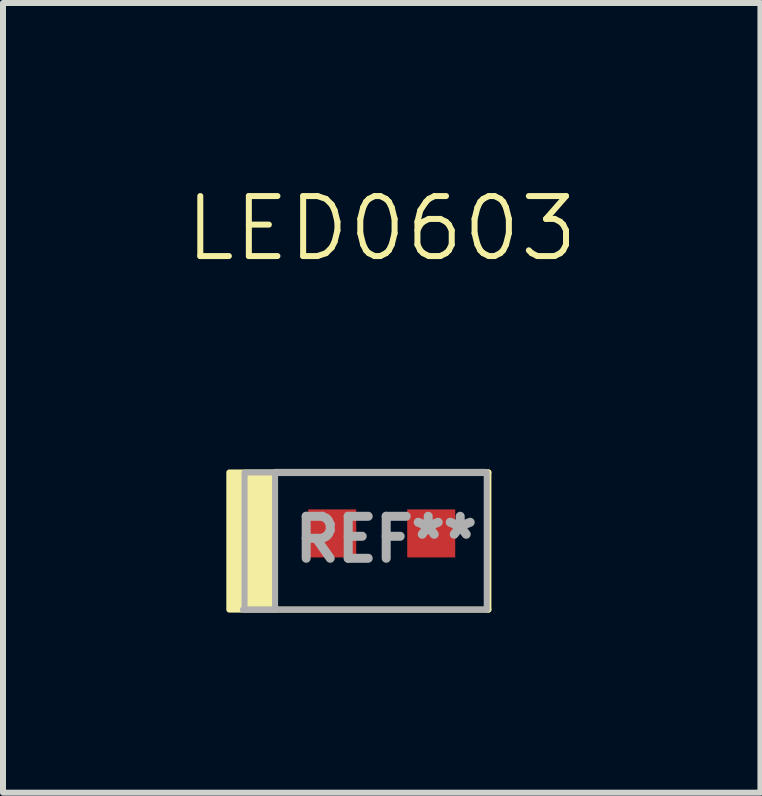
<source format=kicad_pcb>
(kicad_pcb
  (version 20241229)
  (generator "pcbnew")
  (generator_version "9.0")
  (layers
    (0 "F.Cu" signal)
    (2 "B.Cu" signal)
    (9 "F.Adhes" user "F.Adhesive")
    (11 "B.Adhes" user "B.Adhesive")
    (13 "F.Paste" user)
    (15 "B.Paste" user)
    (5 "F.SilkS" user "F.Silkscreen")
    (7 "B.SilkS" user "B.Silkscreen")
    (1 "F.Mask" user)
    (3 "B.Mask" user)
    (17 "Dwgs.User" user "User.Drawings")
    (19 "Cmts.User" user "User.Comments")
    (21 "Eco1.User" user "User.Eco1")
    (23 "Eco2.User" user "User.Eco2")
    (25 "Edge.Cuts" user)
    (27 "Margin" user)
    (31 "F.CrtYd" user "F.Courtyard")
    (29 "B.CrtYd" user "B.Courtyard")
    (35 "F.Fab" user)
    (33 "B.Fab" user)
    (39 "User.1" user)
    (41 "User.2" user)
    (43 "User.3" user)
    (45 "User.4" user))
  (footprint "LED0603"
    (layer "F.Cu")
    (at 3.312 5.84)
    (property "Reference" "LED0603" (at 0 -5.08 0) (unlocked yes) (layer "F.SilkS") (effects (font (size 1 1) (thickness 0.1))))
    (attr smd)
    (fp_line (start -1.778 -1.016) (end 1.778 -1.016) (stroke (width 0.1) (type default)) (layer "F.SilkS"))
    (fp_line (start 1.778 -1.016) (end 1.778 1.27) (stroke (width 0.1) (type default)) (layer "F.SilkS"))
    (fp_line (start 1.778 1.27) (end -1.778 1.27) (stroke (width 0.1) (type default)) (layer "F.SilkS"))
    (fp_poly (pts (xy -2.54 -1.016) (xy -1.778 -1.016) (xy -1.778 1.27) (xy -2.54 1.27)) (stroke (width 0.1) (type solid)) (fill yes) (layer "F.SilkS"))
    (fp_line (start -1.778 -1.016) (end 1.722 -1.016) (stroke (width 0.12) (type default)) (layer "F.Fab"))
    (fp_line (start 1.75 -1.016) (end 1.75 1.27) (stroke (width 0.1) (type default)) (layer "F.Fab"))
    (fp_line (start 1.75 1.27) (end -2.314 1.27) (stroke (width 0.1) (type default)) (layer "F.Fab"))
    (fp_poly (pts (xy -2.286 -1.016) (xy -1.778 -1.016) (xy -1.778 1.27) (xy -2.286 1.27)) (stroke (width 0.1) (type solid)) (fill no) (layer "F.Fab"))
    (fp_text user "REF**" (at -1.524 0.508 0) (unlocked yes) (layer "F.Fab") (effects (font (size 0.7 0.7) (thickness 0.15)) (justify left bottom)))
    (pad "A" smd rect (at 0.825 0) (size 0.8 0.8) (layers "F.Cu" "F.Mask" "F.Paste"))
    (pad "C" smd rect (at -0.825 0) (size 0.8 0.8) (layers "F.Cu" "F.Mask" "F.Paste")))
  (gr_rect
    (start -3 -3)
    (end 9.624 10.161)
    (stroke (width 0.1) (type default))
    (fill no)
    (layer "Edge.Cuts")))
</source>
